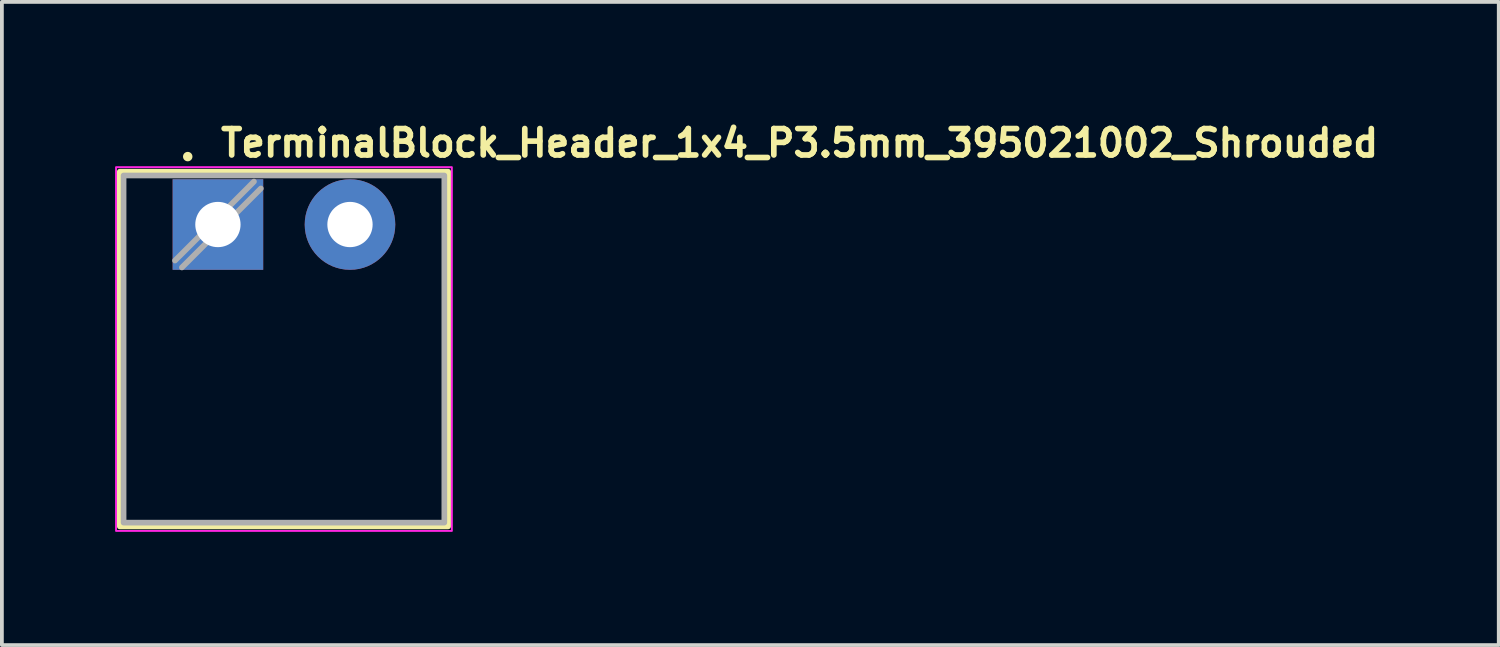
<source format=kicad_pcb>
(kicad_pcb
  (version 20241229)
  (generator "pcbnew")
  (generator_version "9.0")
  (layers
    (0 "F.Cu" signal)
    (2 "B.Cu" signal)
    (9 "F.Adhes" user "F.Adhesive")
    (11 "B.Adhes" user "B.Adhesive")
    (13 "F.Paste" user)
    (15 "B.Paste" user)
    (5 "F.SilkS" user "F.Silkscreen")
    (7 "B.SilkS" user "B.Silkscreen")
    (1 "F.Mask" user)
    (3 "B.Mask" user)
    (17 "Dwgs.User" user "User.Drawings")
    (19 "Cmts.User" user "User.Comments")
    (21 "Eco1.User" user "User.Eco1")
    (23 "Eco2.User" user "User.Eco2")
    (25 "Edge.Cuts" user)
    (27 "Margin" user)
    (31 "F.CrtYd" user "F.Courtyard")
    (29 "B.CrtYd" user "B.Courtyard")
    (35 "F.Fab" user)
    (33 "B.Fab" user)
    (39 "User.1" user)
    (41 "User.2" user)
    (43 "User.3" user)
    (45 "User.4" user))
  (footprint "TerminalBlock_Header_1x4_P3.5mm_395021002_Shrouded"
    (layer "F.Cu")
    (at 2.725 2.9)
    (property "Reference" "TerminalBlock_Header_1x4_P3.5mm_395021002_Shrouded" (at 0 -1.75 0) (layer "F.SilkS") (effects (font (size 0.7 0.7) (thickness 0.15)) (justify left bottom)))
    (attr through_hole)
    (fp_rect (start -2.6 -1.4) (end 6.1 8) (stroke (width 0.15) (type solid)) (fill no) (layer "F.SilkS"))
    (fp_circle (center -0.8 -1.8) (end -0.75 -1.8) (stroke (width 0.15) (type solid)) (fill yes) (layer "F.SilkS"))
    (fp_rect (start -2.7 -1.52) (end 6.2 8.12) (stroke (width 0.05) (type solid)) (fill no) (layer "F.CrtYd"))
    (fp_line (start 0.955 -1.138) (end -1.138 0.955) (stroke (width 0.15) (type solid)) (layer "F.Fab"))
    (fp_line (start 1.138 -0.955) (end -0.955 1.138) (stroke (width 0.15) (type solid)) (layer "F.Fab"))
    (fp_rect (start -2.5 -1.3) (end 6 7.9) (stroke (width 0.15) (type solid)) (fill no) (layer "F.Fab"))
    (fp_rect (start -2.454 -1.272) (end 5.954 7.872) (stroke (width 0.1) (type solid)) (fill no) (layer "User.5"))
    (fp_line (start -2.454 7.872) (end -2.454 -1.272) (stroke (width 0.02) (type solid)) (layer "User.9"))
    (fp_line (start 5.954 -1.272) (end -2.454 -1.272) (stroke (width 0.02) (type solid)) (layer "User.9"))
    (fp_line (start 5.954 7.872) (end -2.454 7.872) (stroke (width 0.02) (type solid)) (layer "User.9"))
    (fp_line (start 5.954 7.872) (end 5.954 -1.272) (stroke (width 0.02) (type solid)) (layer "User.9"))
    (pad "1" thru_hole rect (at 0 0) (size 2.4 2.4) (drill 1.2) (layers "*.Cu" "*.Mask"))
    (pad "2" thru_hole circle (at 3.5 0) (size 2.4 2.4) (drill 1.2) (layers "*.Cu" "*.Mask")))
  (gr_rect
    (start -3 -3)
    (end 36.668 14.045)
    (stroke (width 0.1) (type default))
    (fill no)
    (layer "Edge.Cuts")))
</source>
